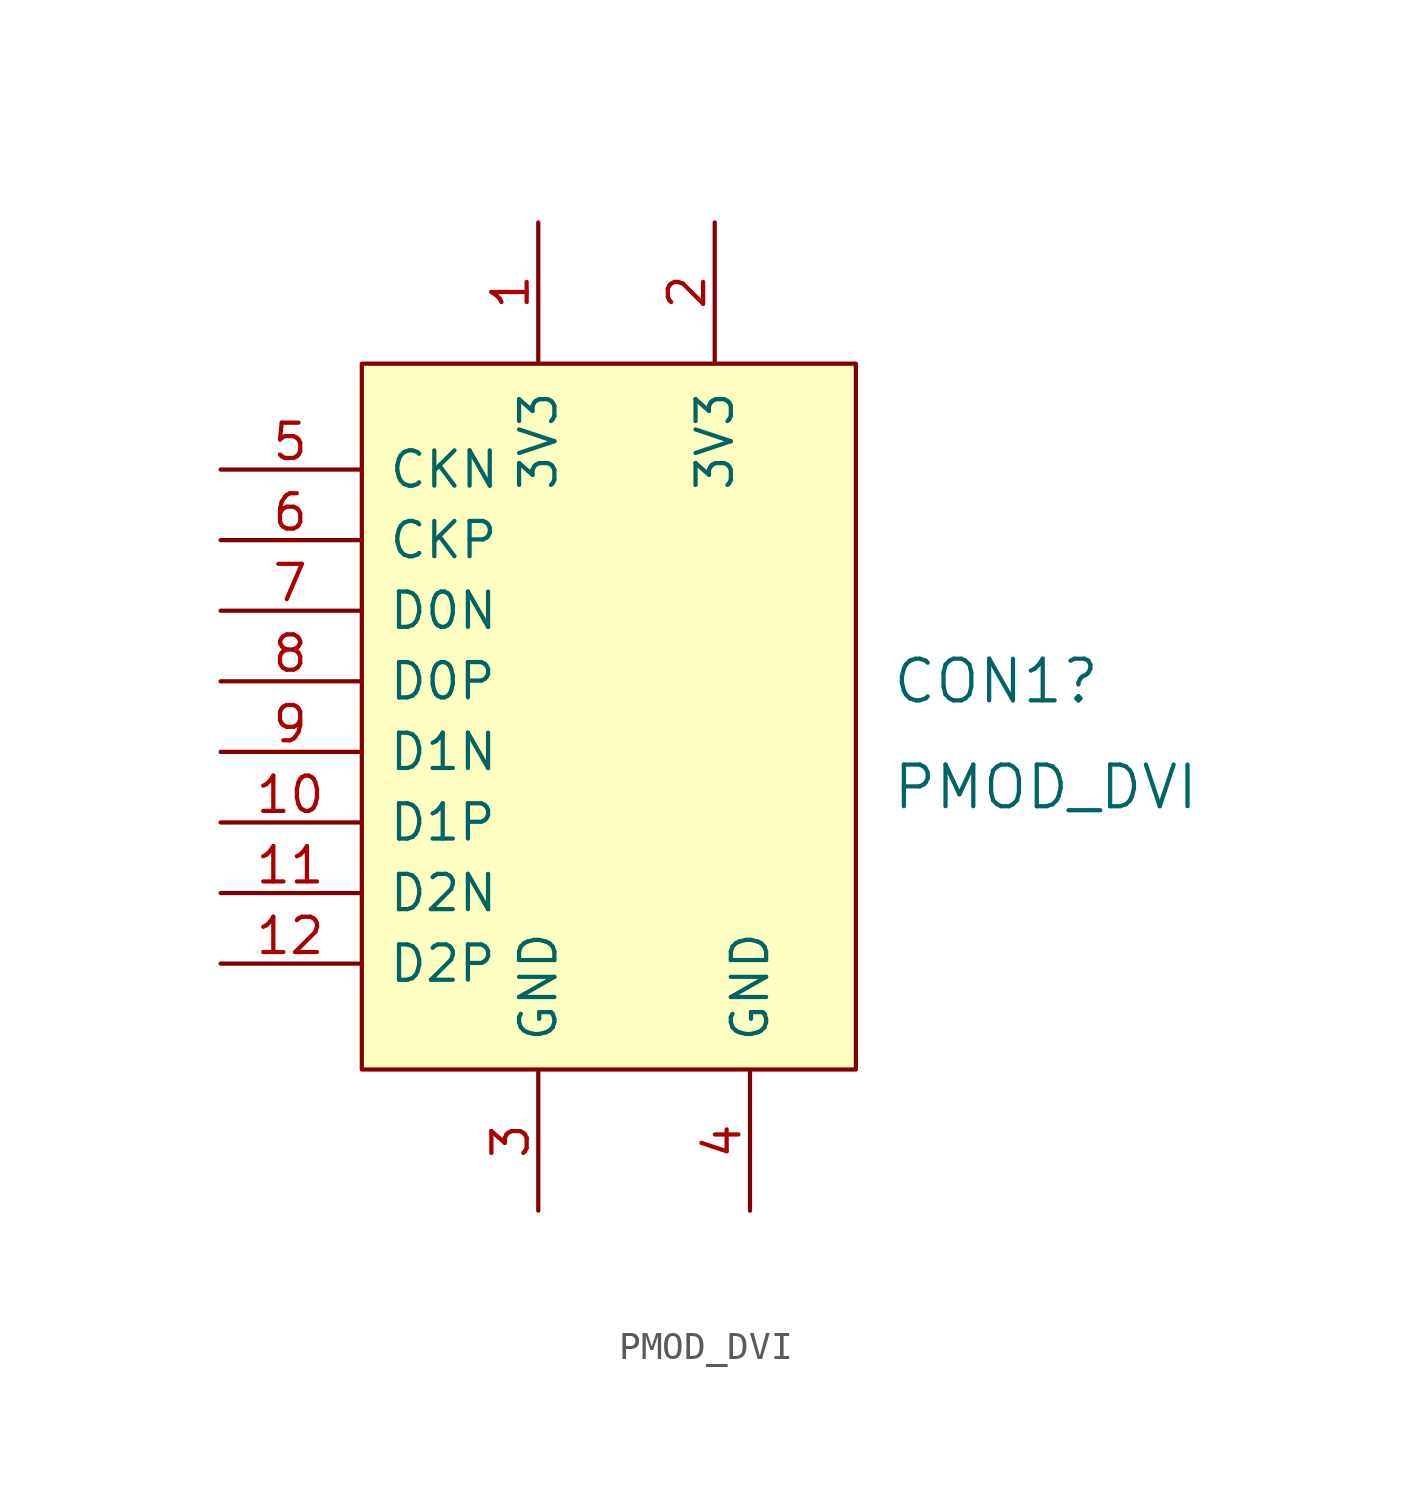
<source format=kicad_sym>
(kicad_symbol_lib
  (version 20231120)
  (generator "kicad_symbol_editor")
  (generator_version "8.0")
  (symbol "PMOD_DVI"
    (pin_names
      (offset 1.016))
    (property "Reference" "CON1"
      (at 10.16 1.27 0)
      (effects (font (size 1.499 1.499)) (justify left)))
    (property "Value" "PMOD_DVI"
      (at 10.16 -2.54 0)
      (effects (font (size 1.499 1.499)) (justify left)))
    (symbol "PMOD_DVI_1_0"
      (pin bidirectional line (at -2.54 17.78 270) (length 5) (name "3V3" (effects (font (size 1.27 1.27)))) (number "1" (effects (font (size 1.27 1.27)))))
      (pin bidirectional line (at -13.97 -3.81 0) (length 5) (name "D1P" (effects (font (size 1.27 1.27)))) (number "10" (effects (font (size 1.27 1.27)))))
      (pin bidirectional line (at -13.97 -6.35 0) (length 5) (name "D2N" (effects (font (size 1.27 1.27)))) (number "11" (effects (font (size 1.27 1.27)))))
      (pin bidirectional line (at -13.97 -8.89 0) (length 5) (name "D2P" (effects (font (size 1.27 1.27)))) (number "12" (effects (font (size 1.27 1.27)))))
      (pin bidirectional line (at 3.81 17.78 270) (length 5) (name "3V3" (effects (font (size 1.27 1.27)))) (number "2" (effects (font (size 1.27 1.27)))))
      (pin bidirectional line (at -2.54 -17.78 90) (length 5) (name "GND" (effects (font (size 1.27 1.27)))) (number "3" (effects (font (size 1.27 1.27)))))
      (pin bidirectional line (at 5.08 -17.78 90) (length 5) (name "GND" (effects (font (size 1.27 1.27)))) (number "4" (effects (font (size 1.27 1.27)))))
      (pin bidirectional line (at -13.97 8.89 0) (length 5) (name "CKN" (effects (font (size 1.27 1.27)))) (number "5" (effects (font (size 1.27 1.27)))))
      (pin bidirectional line (at -13.97 6.35 0) (length 5) (name "CKP" (effects (font (size 1.27 1.27)))) (number "6" (effects (font (size 1.27 1.27)))))
      (pin bidirectional line (at -13.97 3.81 0) (length 5) (name "D0N" (effects (font (size 1.27 1.27)))) (number "7" (effects (font (size 1.27 1.27)))))
      (pin bidirectional line (at -13.97 1.27 0) (length 5) (name "D0P" (effects (font (size 1.27 1.27)))) (number "8" (effects (font (size 1.27 1.27)))))
      (pin bidirectional line (at -13.97 -1.27 0) (length 5) (name "D1N" (effects (font (size 1.27 1.27)))) (number "9" (effects (font (size 1.27 1.27))))))
    (symbol "PMOD_DVI_1_1"
      (rectangle (start -8.89 12.7) (end 8.89 -12.7) (stroke (width 0) (type default)) (fill (type background))))))
</source>
